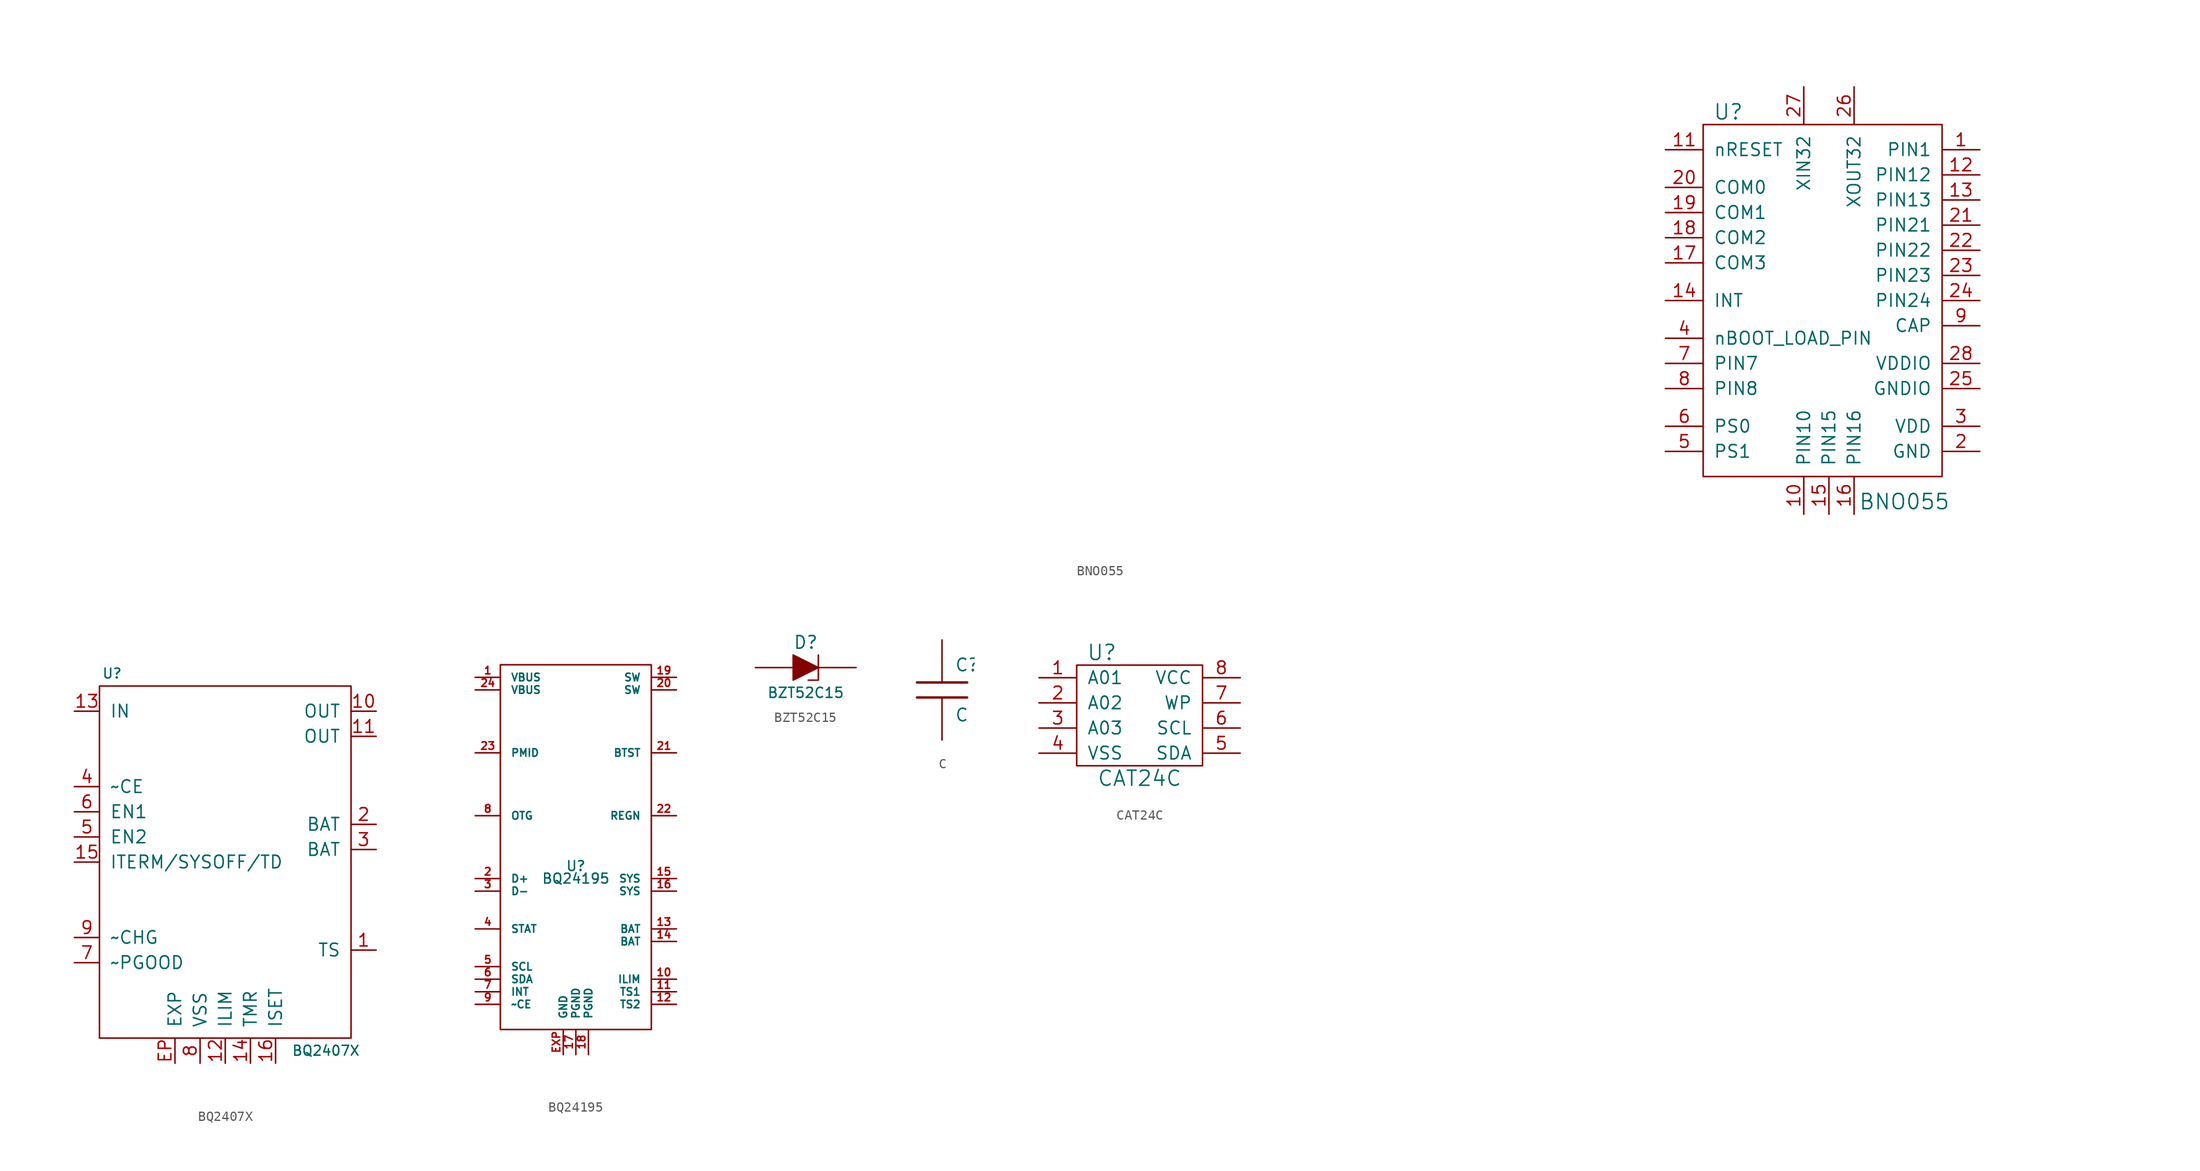
<source format=kicad_sym>
(kicad_symbol_lib
  (version 20210619)
  (generator kicad_symbol_editor)
  (symbol "tinkerforge:BNO055"
    (pin_names
      (offset 1.016))
    (property "Reference" "U"
      (at -10.16 19.05 0)
      (effects (font (size 1.524 1.524))))
    (property "Value" "BNO055"
      (at 7.62 -20.32 0)
      (effects (font (size 1.524 1.524))))
    (property "Footprint" ""
      (at -162.56 -13.97 0)
      (effects (font (size 1.524 1.524))))
    (property "Datasheet" ""
      (at -162.56 -13.97 0)
      (effects (font (size 1.524 1.524))))
    (symbol "BNO055_0_1"
      (rectangle (start -12.7 17.78) (end 11.43 -17.78) (stroke (width 0)) (fill (type none))))
    (symbol "BNO055_1_1"
      (pin passive line (at 15.24 15.24 180) (length 3.81) (name "PIN1" (effects (font (size 1.27 1.27)))) (number "1" (effects (font (size 1.27 1.27)))))
      (pin passive line (at -2.54 -21.59 90) (length 3.81) (name "PIN10" (effects (font (size 1.27 1.27)))) (number "10" (effects (font (size 1.27 1.27)))))
      (pin passive line (at -16.51 15.24 0) (length 3.81) (name "nRESET" (effects (font (size 1.27 1.27)))) (number "11" (effects (font (size 1.27 1.27)))))
      (pin passive line (at 15.24 12.7 180) (length 3.81) (name "PIN12" (effects (font (size 1.27 1.27)))) (number "12" (effects (font (size 1.27 1.27)))))
      (pin passive line (at 15.24 10.16 180) (length 3.81) (name "PIN13" (effects (font (size 1.27 1.27)))) (number "13" (effects (font (size 1.27 1.27)))))
      (pin passive line (at -16.51 0 0) (length 3.81) (name "INT" (effects (font (size 1.27 1.27)))) (number "14" (effects (font (size 1.27 1.27)))))
      (pin passive line (at 0 -21.59 90) (length 3.81) (name "PIN15" (effects (font (size 1.27 1.27)))) (number "15" (effects (font (size 1.27 1.27)))))
      (pin passive line (at 2.54 -21.59 90) (length 3.81) (name "PIN16" (effects (font (size 1.27 1.27)))) (number "16" (effects (font (size 1.27 1.27)))))
      (pin passive line (at -16.51 3.81 0) (length 3.81) (name "COM3" (effects (font (size 1.27 1.27)))) (number "17" (effects (font (size 1.27 1.27)))))
      (pin passive line (at -16.51 6.35 0) (length 3.81) (name "COM2" (effects (font (size 1.27 1.27)))) (number "18" (effects (font (size 1.27 1.27)))))
      (pin passive line (at -16.51 8.89 0) (length 3.81) (name "COM1" (effects (font (size 1.27 1.27)))) (number "19" (effects (font (size 1.27 1.27)))))
      (pin passive line (at 15.24 -15.24 180) (length 3.81) (name "GND" (effects (font (size 1.27 1.27)))) (number "2" (effects (font (size 1.27 1.27)))))
      (pin passive line (at -16.51 11.43 0) (length 3.81) (name "COM0" (effects (font (size 1.27 1.27)))) (number "20" (effects (font (size 1.27 1.27)))))
      (pin passive line (at 15.24 7.62 180) (length 3.81) (name "PIN21" (effects (font (size 1.27 1.27)))) (number "21" (effects (font (size 1.27 1.27)))))
      (pin passive line (at 15.24 5.08 180) (length 3.81) (name "PIN22" (effects (font (size 1.27 1.27)))) (number "22" (effects (font (size 1.27 1.27)))))
      (pin passive line (at 15.24 2.54 180) (length 3.81) (name "PIN23" (effects (font (size 1.27 1.27)))) (number "23" (effects (font (size 1.27 1.27)))))
      (pin passive line (at 15.24 0 180) (length 3.81) (name "PIN24" (effects (font (size 1.27 1.27)))) (number "24" (effects (font (size 1.27 1.27)))))
      (pin passive line (at 15.24 -8.89 180) (length 3.81) (name "GNDIO" (effects (font (size 1.27 1.27)))) (number "25" (effects (font (size 1.27 1.27)))))
      (pin passive line (at 2.54 21.59 270) (length 3.81) (name "XOUT32" (effects (font (size 1.27 1.27)))) (number "26" (effects (font (size 1.27 1.27)))))
      (pin passive line (at -2.54 21.59 270) (length 3.81) (name "XIN32" (effects (font (size 1.27 1.27)))) (number "27" (effects (font (size 1.27 1.27)))))
      (pin passive line (at 15.24 -6.35 180) (length 3.81) (name "VDDIO" (effects (font (size 1.27 1.27)))) (number "28" (effects (font (size 1.27 1.27)))))
      (pin passive line (at 15.24 -12.7 180) (length 3.81) (name "VDD" (effects (font (size 1.27 1.27)))) (number "3" (effects (font (size 1.27 1.27)))))
      (pin passive line (at -16.51 -3.81 0) (length 3.81) (name "nBOOT_LOAD_PIN" (effects (font (size 1.27 1.27)))) (number "4" (effects (font (size 1.27 1.27)))))
      (pin passive line (at -16.51 -15.24 0) (length 3.81) (name "PS1" (effects (font (size 1.27 1.27)))) (number "5" (effects (font (size 1.27 1.27)))))
      (pin passive line (at -16.51 -12.7 0) (length 3.81) (name "PS0" (effects (font (size 1.27 1.27)))) (number "6" (effects (font (size 1.27 1.27)))))
      (pin passive line (at -16.51 -6.35 0) (length 3.81) (name "PIN7" (effects (font (size 1.27 1.27)))) (number "7" (effects (font (size 1.27 1.27)))))
      (pin passive line (at -16.51 -8.89 0) (length 3.81) (name "PIN8" (effects (font (size 1.27 1.27)))) (number "8" (effects (font (size 1.27 1.27)))))
      (pin passive line (at 15.24 -2.54 180) (length 3.81) (name "CAP" (effects (font (size 1.27 1.27)))) (number "9" (effects (font (size 1.27 1.27)))))))
  (symbol "tinkerforge:BQ2407X"
    (pin_names
      (offset 1.016))
    (property "Reference" "U"
      (at -11.43 19.05 0)
      (effects (font (size 0.991 0.991))))
    (property "Value" "BQ2407X"
      (at 10.16 -19.05 0)
      (effects (font (size 0.991 0.991))))
    (symbol "BQ2407X_0_1"
      (rectangle (start -12.7 17.78) (end 12.7 -17.78) (stroke (width 0)) (fill (type none))))
    (symbol "BQ2407X_1_1"
      (pin passive line (at 15.24 -8.89 180) (length 2.54) (name "TS" (effects (font (size 1.27 1.27)))) (number "1" (effects (font (size 1.27 1.27)))))
      (pin passive line (at 15.24 15.24 180) (length 2.54) (name "OUT" (effects (font (size 1.27 1.27)))) (number "10" (effects (font (size 1.27 1.27)))))
      (pin passive line (at 15.24 12.7 180) (length 2.54) (name "OUT" (effects (font (size 1.27 1.27)))) (number "11" (effects (font (size 1.27 1.27)))))
      (pin passive line (at 0 -20.32 90) (length 2.54) (name "ILIM" (effects (font (size 1.27 1.27)))) (number "12" (effects (font (size 1.27 1.27)))))
      (pin passive line (at -15.24 15.24 0) (length 2.54) (name "IN" (effects (font (size 1.27 1.27)))) (number "13" (effects (font (size 1.27 1.27)))))
      (pin passive line (at 2.54 -20.32 90) (length 2.54) (name "TMR" (effects (font (size 1.27 1.27)))) (number "14" (effects (font (size 1.27 1.27)))))
      (pin passive line (at -15.24 0 0) (length 2.54) (name "ITERM/SYSOFF/TD" (effects (font (size 1.27 1.27)))) (number "15" (effects (font (size 1.27 1.27)))))
      (pin passive line (at 5.08 -20.32 90) (length 2.54) (name "ISET" (effects (font (size 1.27 1.27)))) (number "16" (effects (font (size 1.27 1.27)))))
      (pin passive line (at 15.24 3.81 180) (length 2.54) (name "BAT" (effects (font (size 1.27 1.27)))) (number "2" (effects (font (size 1.27 1.27)))))
      (pin passive line (at 15.24 1.27 180) (length 2.54) (name "BAT" (effects (font (size 1.27 1.27)))) (number "3" (effects (font (size 1.27 1.27)))))
      (pin passive line (at -15.24 7.62 0) (length 2.54) (name "~CE" (effects (font (size 1.27 1.27)))) (number "4" (effects (font (size 1.27 1.27)))))
      (pin passive line (at -15.24 2.54 0) (length 2.54) (name "EN2" (effects (font (size 1.27 1.27)))) (number "5" (effects (font (size 1.27 1.27)))))
      (pin passive line (at -15.24 5.08 0) (length 2.54) (name "EN1" (effects (font (size 1.27 1.27)))) (number "6" (effects (font (size 1.27 1.27)))))
      (pin passive line (at -15.24 -10.16 0) (length 2.54) (name "~PGOOD" (effects (font (size 1.27 1.27)))) (number "7" (effects (font (size 1.27 1.27)))))
      (pin passive line (at -2.54 -20.32 90) (length 2.54) (name "VSS" (effects (font (size 1.27 1.27)))) (number "8" (effects (font (size 1.27 1.27)))))
      (pin passive line (at -15.24 -7.62 0) (length 2.54) (name "~CHG" (effects (font (size 1.27 1.27)))) (number "9" (effects (font (size 1.27 1.27)))))
      (pin passive line (at -5.08 -20.32 90) (length 2.54) (name "EXP" (effects (font (size 1.27 1.27)))) (number "EP" (effects (font (size 1.27 1.27)))))))
  (symbol "tinkerforge:BQ24195"
    (pin_names
      (offset 1.016))
    (property "Reference" "U"
      (at 0 0 0)
      (effects (font (size 0.991 0.991))))
    (property "Value" "BQ24195"
      (at 0 -1.27 0)
      (effects (font (size 0.991 0.991))))
    (symbol "BQ24195_0_0"
      (pin passive line (at -10.16 19.05 0) (length 2.54) (name "VBUS" (effects (font (size 0.762 0.762)))) (number "1" (effects (font (size 0.762 0.762)))))
      (pin passive line (at 10.16 -11.43 180) (length 2.54) (name "ILIM" (effects (font (size 0.762 0.762)))) (number "10" (effects (font (size 0.762 0.762)))))
      (pin passive line (at 10.16 -12.7 180) (length 2.54) (name "TS1" (effects (font (size 0.762 0.762)))) (number "11" (effects (font (size 0.762 0.762)))))
      (pin passive line (at 10.16 -13.97 180) (length 2.54) (name "TS2" (effects (font (size 0.762 0.762)))) (number "12" (effects (font (size 0.762 0.762)))))
      (pin passive line (at 10.16 -6.35 180) (length 2.54) (name "BAT" (effects (font (size 0.762 0.762)))) (number "13" (effects (font (size 0.762 0.762)))))
      (pin passive line (at 10.16 -7.62 180) (length 2.54) (name "BAT" (effects (font (size 0.762 0.762)))) (number "14" (effects (font (size 0.762 0.762)))))
      (pin passive line (at 10.16 -1.27 180) (length 2.54) (name "SYS" (effects (font (size 0.762 0.762)))) (number "15" (effects (font (size 0.762 0.762)))))
      (pin passive line (at 10.16 -2.54 180) (length 2.54) (name "SYS" (effects (font (size 0.762 0.762)))) (number "16" (effects (font (size 0.762 0.762)))))
      (pin passive line (at 0 -19.05 90) (length 2.54) (name "PGND" (effects (font (size 0.762 0.762)))) (number "17" (effects (font (size 0.762 0.762)))))
      (pin passive line (at 1.27 -19.05 90) (length 2.54) (name "PGND" (effects (font (size 0.762 0.762)))) (number "18" (effects (font (size 0.762 0.762)))))
      (pin passive line (at 10.16 19.05 180) (length 2.54) (name "SW" (effects (font (size 0.762 0.762)))) (number "19" (effects (font (size 0.762 0.762)))))
      (pin passive line (at -10.16 -1.27 0) (length 2.54) (name "D+" (effects (font (size 0.762 0.762)))) (number "2" (effects (font (size 0.762 0.762)))))
      (pin passive line (at 10.16 17.78 180) (length 2.54) (name "SW" (effects (font (size 0.762 0.762)))) (number "20" (effects (font (size 0.762 0.762)))))
      (pin passive line (at 10.16 11.43 180) (length 2.54) (name "BTST" (effects (font (size 0.762 0.762)))) (number "21" (effects (font (size 0.762 0.762)))))
      (pin passive line (at 10.16 5.08 180) (length 2.54) (name "REGN" (effects (font (size 0.762 0.762)))) (number "22" (effects (font (size 0.762 0.762)))))
      (pin passive line (at -10.16 11.43 0) (length 2.54) (name "PMID" (effects (font (size 0.762 0.762)))) (number "23" (effects (font (size 0.762 0.762)))))
      (pin passive line (at -10.16 17.78 0) (length 2.54) (name "VBUS" (effects (font (size 0.762 0.762)))) (number "24" (effects (font (size 0.762 0.762)))))
      (pin passive line (at -10.16 -2.54 0) (length 2.54) (name "D-" (effects (font (size 0.762 0.762)))) (number "3" (effects (font (size 0.762 0.762)))))
      (pin passive line (at -10.16 -6.35 0) (length 2.54) (name "STAT" (effects (font (size 0.762 0.762)))) (number "4" (effects (font (size 0.762 0.762)))))
      (pin passive line (at -10.16 -10.16 0) (length 2.54) (name "SCL" (effects (font (size 0.762 0.762)))) (number "5" (effects (font (size 0.762 0.762)))))
      (pin passive line (at -10.16 -11.43 0) (length 2.54) (name "SDA" (effects (font (size 0.762 0.762)))) (number "6" (effects (font (size 0.762 0.762)))))
      (pin passive line (at -10.16 -12.7 0) (length 2.54) (name "INT" (effects (font (size 0.762 0.762)))) (number "7" (effects (font (size 0.762 0.762)))))
      (pin passive line (at -10.16 5.08 0) (length 2.54) (name "OTG" (effects (font (size 0.762 0.762)))) (number "8" (effects (font (size 0.762 0.762)))))
      (pin passive line (at -10.16 -13.97 0) (length 2.54) (name "~CE" (effects (font (size 0.762 0.762)))) (number "9" (effects (font (size 0.762 0.762)))))
      (pin passive line (at -1.27 -19.05 90) (length 2.54) (name "GND" (effects (font (size 0.762 0.762)))) (number "EXP" (effects (font (size 0.762 0.762))))))
    (symbol "BQ24195_0_1"
      (rectangle (start -7.62 20.32) (end 7.62 -16.51) (stroke (width 0)) (fill (type none)))))
  (symbol "tinkerforge:BZT52C15"
    (pin_numbers hide)
    (pin_names
      (offset 1.016) hide)
    (property "Reference" "D"
      (at 0 2.54 0)
      (effects (font (size 1.27 1.27))))
    (property "Value" "BZT52C15"
      (at 0 -2.54 0)
      (effects (font (size 1.016 1.016))))
    (property "Footprint" ""
      (at 0 0 0)
      (effects (font (size 1.524 1.524))))
    (property "Datasheet" ""
      (at 0 0 0)
      (effects (font (size 1.524 1.524))))
    (symbol "BZT52C15_0_1"
      (polyline (pts (xy 0.254 -1.27) (xy 1.27 -1.27) (xy 1.27 1.27) (xy 1.27 1.27)) (stroke (width 0)) (fill (type none)))
      (polyline (pts (xy 1.27 0) (xy -1.27 1.27) (xy -1.27 -1.27) (xy 1.27 0) (xy 1.27 0)) (stroke (width 0)) (fill (type outline))))
    (symbol "BZT52C15_1_1"
      (pin passive line (at -5.08 0 0) (length 3.81) (name "A" (effects (font (size 1.016 1.016)))) (number "1" (effects (font (size 1.016 1.016)))))
      (pin passive line (at 5.08 0 180) (length 3.81) (name "K" (effects (font (size 1.016 1.016)))) (number "2" (effects (font (size 1.016 1.016)))))))
  (symbol "tinkerforge:C"
    (pin_numbers hide)
    (pin_names
      (offset 0.254))
    (property "Reference" "C"
      (at 1.27 2.54 0)
      (effects (font (size 1.27 1.27)) (justify left)))
    (property "Value" "C"
      (at 1.27 -2.54 0)
      (effects (font (size 1.27 1.27)) (justify left)))
    (property "Footprint" ""
      (at 0 0 0)
      (effects (font (size 1.524 1.524))))
    (property "Datasheet" ""
      (at 0 0 0)
      (effects (font (size 1.524 1.524))))
    (symbol "C_0_1"
      (polyline (pts (xy -2.54 -0.762) (xy 2.54 -0.762)) (stroke (width 0.254)) (fill (type none)))
      (polyline (pts (xy -2.54 0.762) (xy 2.54 0.762)) (stroke (width 0.254)) (fill (type none))))
    (symbol "C_1_1"
      (pin passive line (at 0 5.08 270) (length 4.318) (name "~" (effects (font (size 1.016 1.016)))) (number "1" (effects (font (size 1.016 1.016)))))
      (pin passive line (at 0 -5.08 90) (length 4.318) (name "~" (effects (font (size 1.016 1.016)))) (number "2" (effects (font (size 1.016 1.016)))))))
  (symbol "tinkerforge:CAT24C"
    (pin_names
      (offset 1.016))
    (property "Reference" "U"
      (at -3.81 12.7 0)
      (effects (font (size 1.524 1.524))))
    (property "Value" "CAT24C"
      (at 0 0 0)
      (effects (font (size 1.524 1.524))))
    (property "Footprint" ""
      (at 0 0 0)
      (effects (font (size 1.524 1.524))))
    (property "Datasheet" ""
      (at 0 0 0)
      (effects (font (size 1.524 1.524))))
    (symbol "CAT24C_0_1"
      (rectangle (start -6.35 11.43) (end 6.35 1.27) (stroke (width 0)) (fill (type none))))
    (symbol "CAT24C_1_1"
      (pin passive line (at -10.16 10.16 0) (length 3.81) (name "A01" (effects (font (size 1.27 1.27)))) (number "1" (effects (font (size 1.27 1.27)))))
      (pin passive line (at -10.16 7.62 0) (length 3.81) (name "A02" (effects (font (size 1.27 1.27)))) (number "2" (effects (font (size 1.27 1.27)))))
      (pin passive line (at -10.16 5.08 0) (length 3.81) (name "A03" (effects (font (size 1.27 1.27)))) (number "3" (effects (font (size 1.27 1.27)))))
      (pin passive line (at -10.16 2.54 0) (length 3.81) (name "VSS" (effects (font (size 1.27 1.27)))) (number "4" (effects (font (size 1.27 1.27)))))
      (pin passive line (at 10.16 2.54 180) (length 3.81) (name "SDA" (effects (font (size 1.27 1.27)))) (number "5" (effects (font (size 1.27 1.27)))))
      (pin passive line (at 10.16 5.08 180) (length 3.81) (name "SCL" (effects (font (size 1.27 1.27)))) (number "6" (effects (font (size 1.27 1.27)))))
      (pin passive line (at 10.16 7.62 180) (length 3.81) (name "WP" (effects (font (size 1.27 1.27)))) (number "7" (effects (font (size 1.27 1.27)))))
      (pin passive line (at 10.16 10.16 180) (length 3.81) (name "VCC" (effects (font (size 1.27 1.27)))) (number "8" (effects (font (size 1.27 1.27))))))))
</source>
